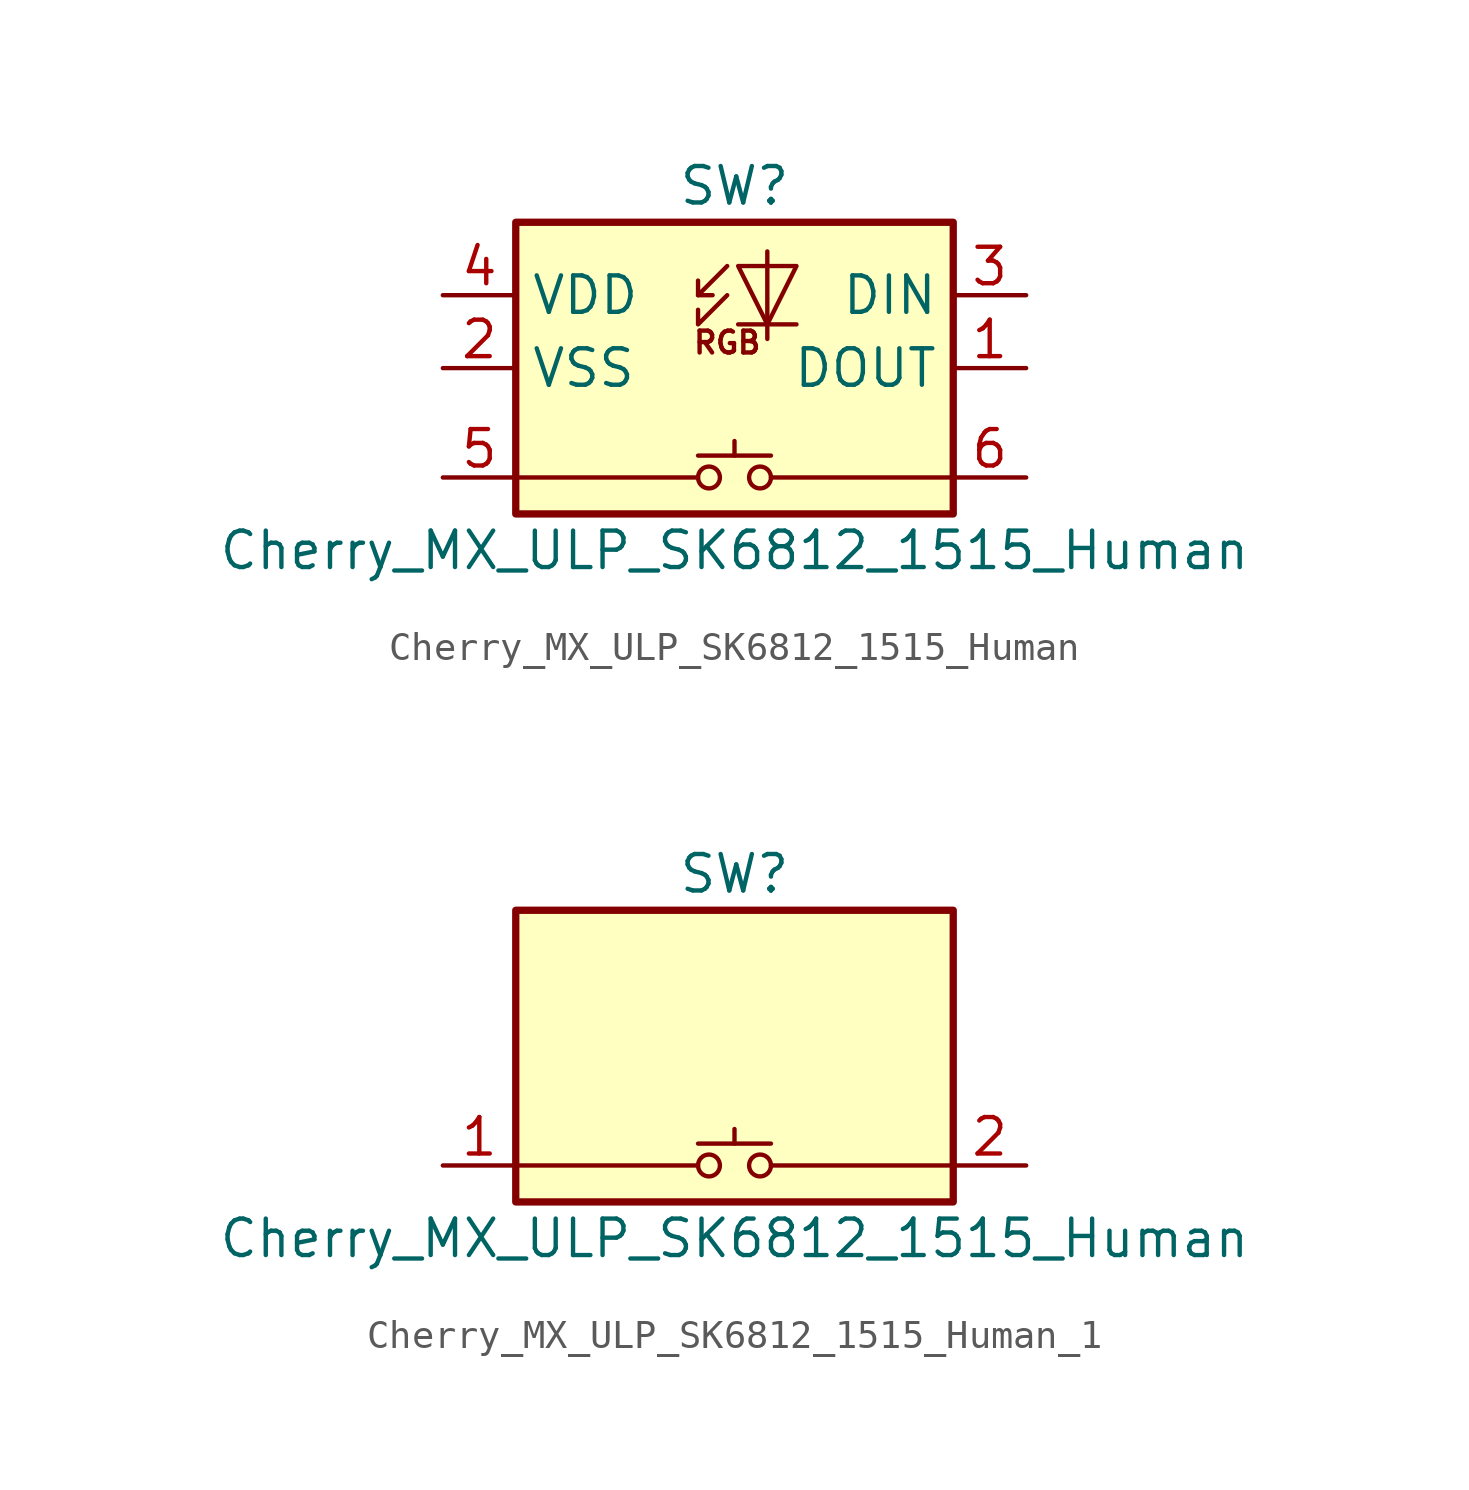
<source format=kicad_sym>
(kicad_symbol_lib
  (version 20231120)
  (generator "kicad_symbol_editor")
  (generator_version "8.0")
  (symbol "Cherry_MX_ULP_SK6812_1515_Human"
    (property "Reference" "SW"
      (at 0 7.62 0)
      (effects (font (size 1.27 1.27))))
    (property "Value" "Cherry_MX_ULP_SK6812_1515_Human"
      (at 0 -5.08 0)
      (effects (font (size 1.27 1.27))))
    (symbol "Cherry_MX_ULP_SK6812_1515_Human_0_0"
      (text "RGB" (at -0.254 2.159 0) (effects (font (size 0.762 0.762)))))
    (symbol "Cherry_MX_ULP_SK6812_1515_Human_0_1"
      (rectangle (start -7.62 6.35) (end 7.62 -3.81) (stroke (width 0.254) (type default)) (fill (type background)))
      (polyline (pts (xy -7.62 -2.54) (xy -1.27 -2.54)) (stroke (width 0) (type default)) (fill (type none)))
      (polyline (pts (xy -1.27 3.81) (xy -0.762 3.81)) (stroke (width 0) (type default)) (fill (type none)))
      (polyline (pts (xy 1.27 -2.54) (xy 7.62 -2.54)) (stroke (width 0) (type default)) (fill (type none)))
      (polyline (pts (xy 2.159 2.794) (xy 0.127 2.794)) (stroke (width 0) (type default)) (fill (type none)))
      (polyline (pts (xy -0.254 3.81) (xy -1.27 2.794) (xy -1.27 3.302)) (stroke (width 0) (type default)) (fill (type none)))
      (polyline (pts (xy -0.254 4.826) (xy -1.27 3.81) (xy -1.27 4.318)) (stroke (width 0) (type default)) (fill (type none)))
      (polyline (pts (xy 1.143 5.334) (xy 1.143 2.794) (xy 1.143 2.286)) (stroke (width 0) (type default)) (fill (type none)))
      (polyline (pts (xy 2.159 4.826) (xy 0.127 4.826) (xy 1.143 2.794) (xy 2.159 4.826)) (stroke (width 0) (type default)) (fill (type none))))
    (symbol "Cherry_MX_ULP_SK6812_1515_Human_1_1"
      (circle (center -0.889 -2.54) (radius 0.381) (stroke (width 0) (type default)) (fill (type none)))
      (polyline (pts (xy -1.27 -1.778) (xy 1.27 -1.778)) (stroke (width 0.152) (type default)) (fill (type none)))
      (polyline (pts (xy 0 -1.778) (xy 0 -1.27)) (stroke (width 0.152) (type default)) (fill (type none)))
      (circle (center 0.889 -2.54) (radius 0.381) (stroke (width 0) (type default)) (fill (type none)))
      (pin output line (at 10.16 1.27 180) (length 2.54) (name "DOUT" (effects (font (size 1.27 1.27)))) (number "1" (effects (font (size 1.27 1.27)))))
      (pin power_in line (at -10.16 1.27 0) (length 2.54) (name "VSS" (effects (font (size 1.27 1.27)))) (number "2" (effects (font (size 1.27 1.27)))))
      (pin input line (at 10.16 3.81 180) (length 2.54) (name "DIN" (effects (font (size 1.27 1.27)))) (number "3" (effects (font (size 1.27 1.27)))))
      (pin power_in line (at -10.16 3.81 0) (length 2.54) (name "VDD" (effects (font (size 1.27 1.27)))) (number "4" (effects (font (size 1.27 1.27)))))
      (pin passive line (at -10.16 -2.54 0) (length 2.54) (name "" (effects (font (size 1.27 1.27)))) (number "5" (effects (font (size 1.27 1.27)))))
      (pin passive line (at 10.16 -2.54 180) (length 2.54) (name "" (effects (font (size 1.27 1.27)))) (number "6" (effects (font (size 1.27 1.27)))))))
  (symbol "Cherry_MX_ULP_SK6812_1515_Human_1"
    (property "Reference" "SW"
      (at 0 7.62 0)
      (effects (font (size 1.27 1.27))))
    (property "Value" "Cherry_MX_ULP_SK6812_1515_Human"
      (at 0 -5.08 0)
      (effects (font (size 1.27 1.27))))
    (symbol "Cherry_MX_ULP_SK6812_1515_Human_1_0_1"
      (rectangle (start -7.62 6.35) (end 7.62 -3.81) (stroke (width 0.254) (type default)) (fill (type background)))
      (polyline (pts (xy -7.62 -2.54) (xy -1.27 -2.54)) (stroke (width 0) (type default)) (fill (type none)))
      (polyline (pts (xy 1.27 -2.54) (xy 7.62 -2.54)) (stroke (width 0) (type default)) (fill (type none))))
    (symbol "Cherry_MX_ULP_SK6812_1515_Human_1_1_1"
      (circle (center -0.889 -2.54) (radius 0.381) (stroke (width 0) (type default)) (fill (type none)))
      (polyline (pts (xy -1.27 -1.778) (xy 1.27 -1.778)) (stroke (width 0.152) (type default)) (fill (type none)))
      (polyline (pts (xy 0 -1.778) (xy 0 -1.27)) (stroke (width 0.152) (type default)) (fill (type none)))
      (circle (center 0.889 -2.54) (radius 0.381) (stroke (width 0) (type default)) (fill (type none)))
      (pin passive line (at -10.16 -2.54 0) (length 2.54) (name "" (effects (font (size 1.27 1.27)))) (number "1" (effects (font (size 1.27 1.27)))))
      (pin passive line (at 10.16 -2.54 180) (length 2.54) (name "" (effects (font (size 1.27 1.27)))) (number "2" (effects (font (size 1.27 1.27))))))))
</source>
